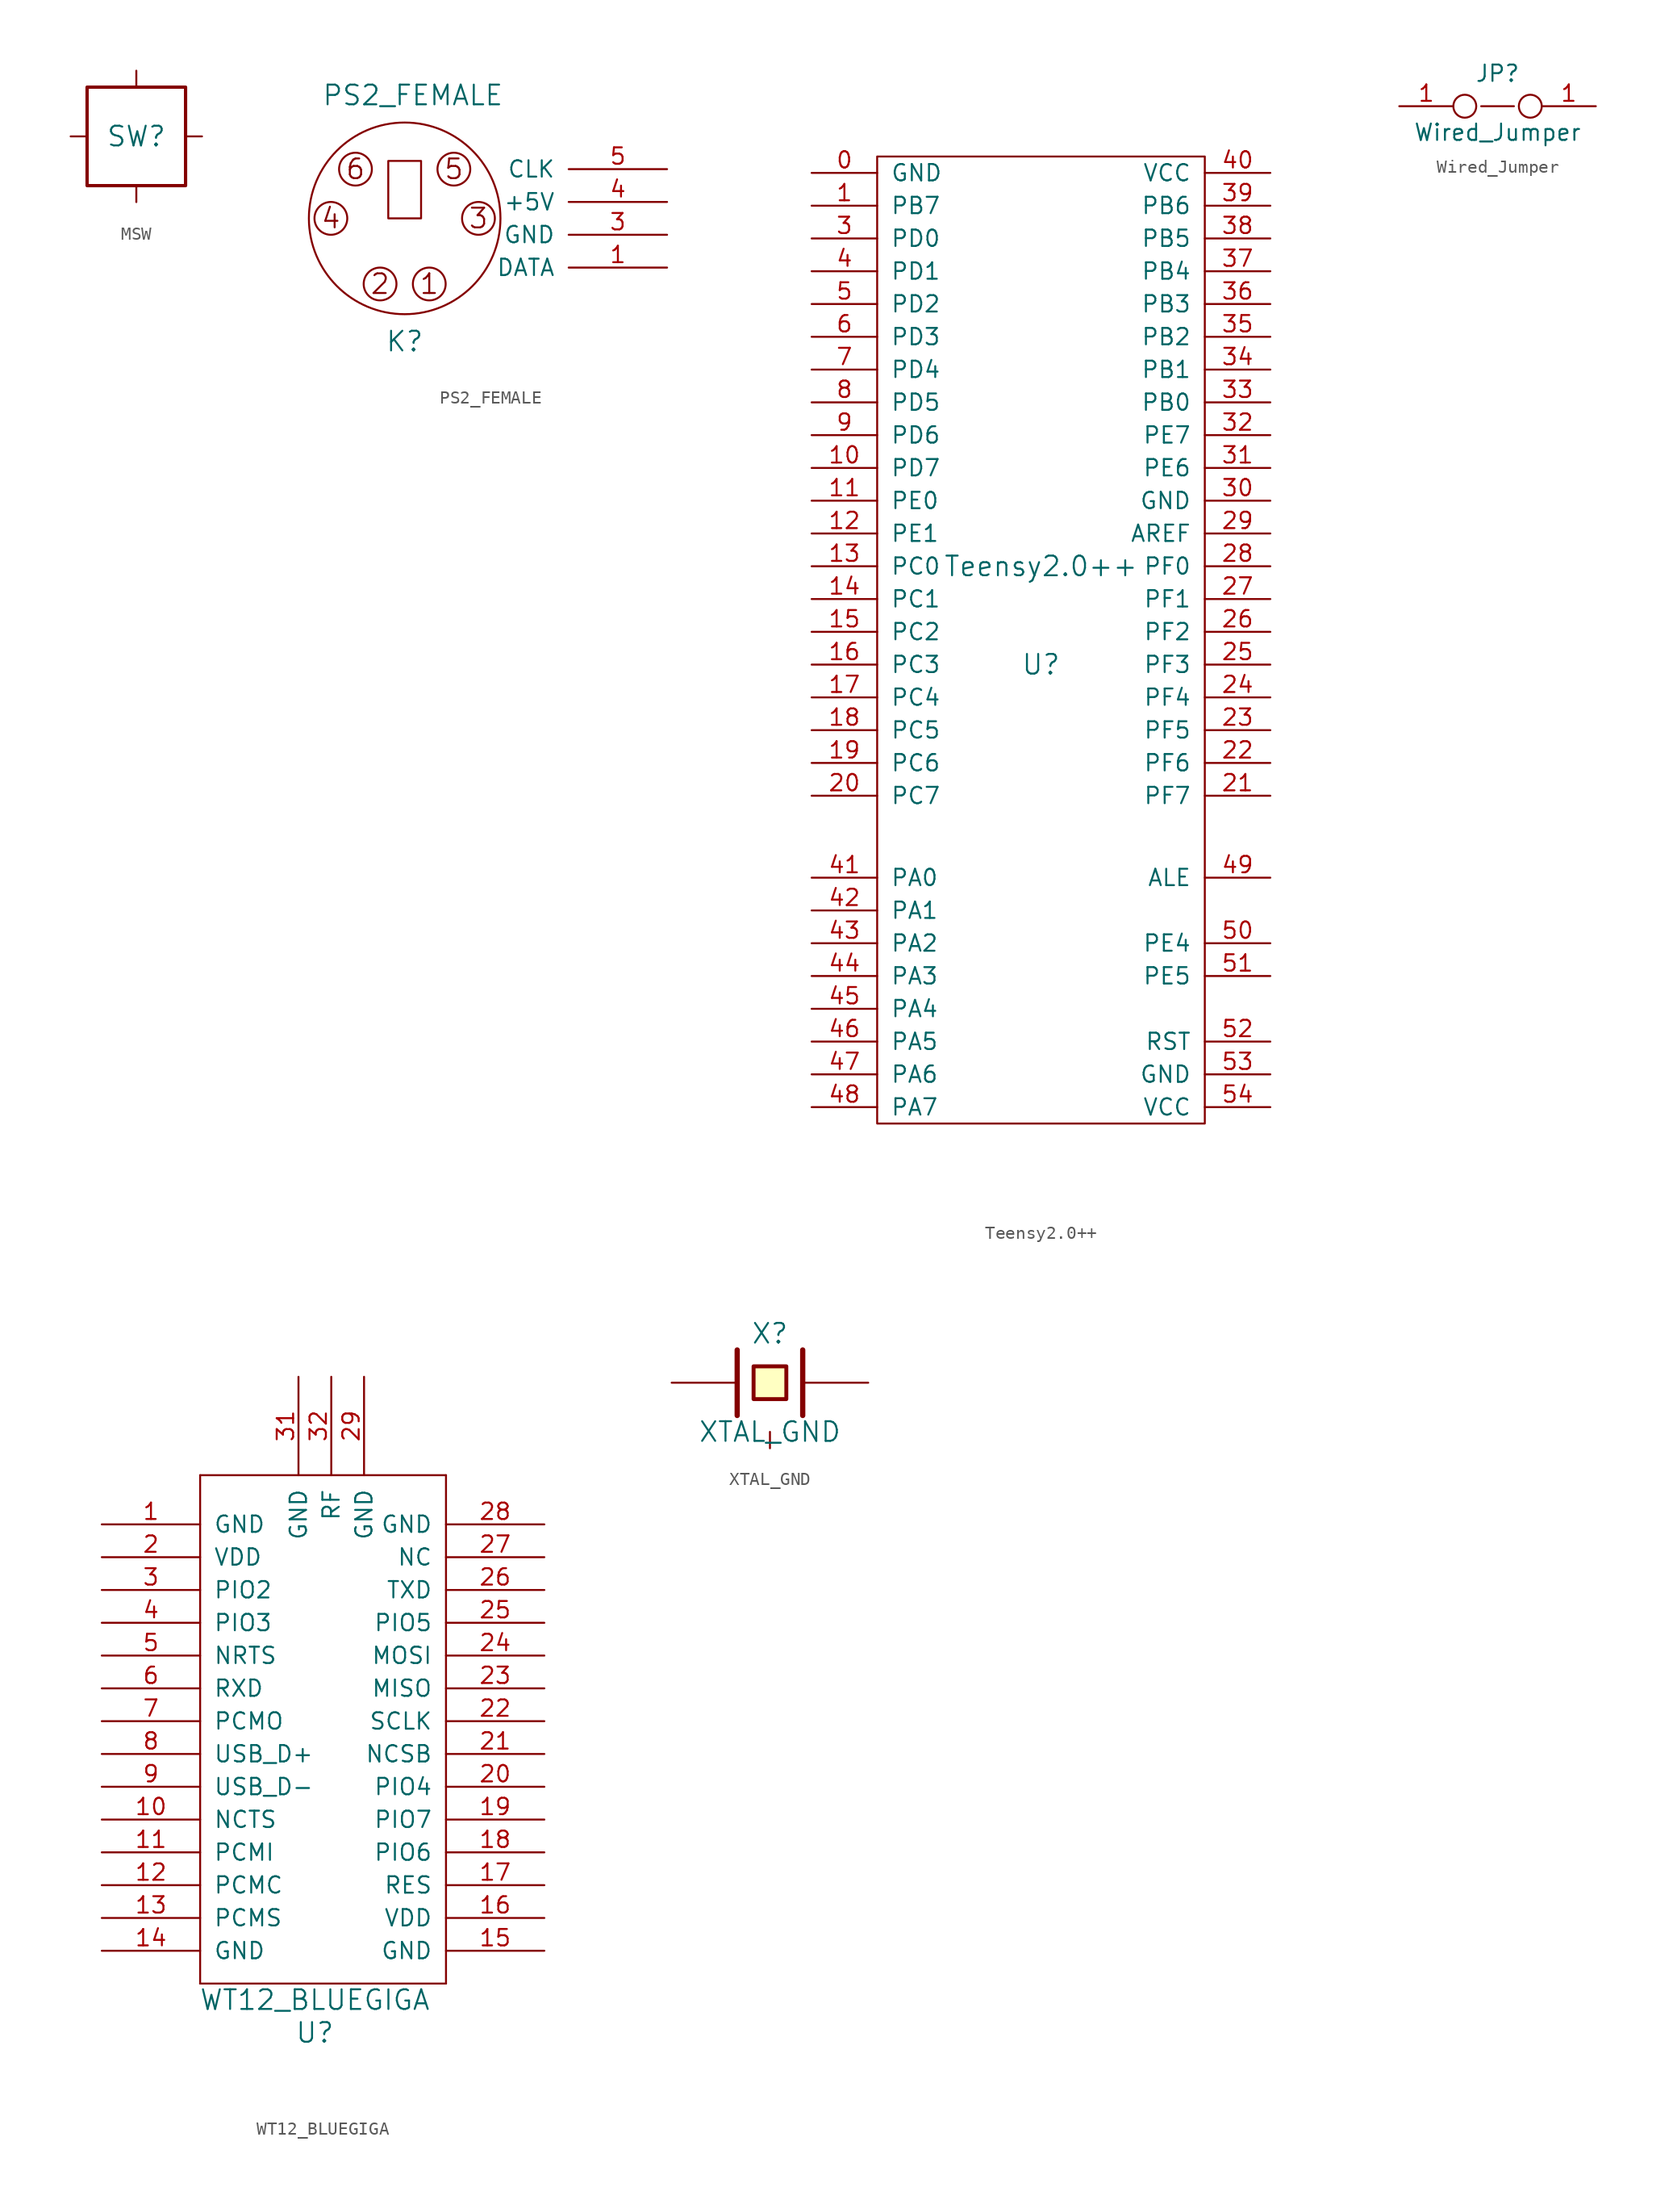
<source format=kicad_sym>
(kicad_symbol_lib
  (version 20231120)
  (generator "kicad_symbol_editor")
  (generator_version "8.0")
  (symbol "MSW"
    (pin_names
      (offset 1.016))
    (property "Reference" "SW"
      (at 0 0 0)
      (effects (font (size 1.524 1.524))))
    (property "Footprint" ""
      (at 0 0 0)
      (effects (font (size 1.524 1.524))))
    (property "Datasheet" ""
      (at 0 0 0)
      (effects (font (size 1.524 1.524))))
    (symbol "MSW_0_1"
      (rectangle (start -3.81 3.81) (end 3.81 -3.81) (stroke (width 0.254) (type solid)) (fill (type none))))
    (symbol "MSW_1_1"
      (pin passive line (at 0 5.08 270) (length 1.27) (name "1" (effects (font (size 0 0)))) (number "1" (effects (font (size 0 0)))))
      (pin passive line (at -5.08 0 0) (length 1.27) (name "2" (effects (font (size 0 0)))) (number "2" (effects (font (size 0 0)))))
      (pin passive line (at 5.08 0 180) (length 1.27) (name "2" (effects (font (size 0 0)))) (number "2" (effects (font (size 0 0)))))
      (pin passive line (at 0 -5.08 90) (length 1.27) (name "1" (effects (font (size 0 0)))) (number "~" (effects (font (size 0 0)))))))
  (symbol "PS2_FEMALE"
    (pin_names
      (offset 1.016))
    (property "Reference" "K"
      (at 0 -9.525 0)
      (effects (font (size 1.524 1.524))))
    (property "Value" "PS2_FEMALE"
      (at 0.635 9.525 0)
      (effects (font (size 1.524 1.524))))
    (property "Footprint" ""
      (at 0 0 0)
      (effects (font (size 1.524 1.524))))
    (property "Datasheet" ""
      (at 0 0 0)
      (effects (font (size 1.524 1.524))))
    (symbol "PS2_FEMALE_0_0"
      (text "1" (at 1.905 -5.08 0) (effects (font (size 1.524 1.524))))
      (text "2" (at -1.905 -5.08 0) (effects (font (size 1.524 1.524))))
      (text "3" (at 5.715 0 0) (effects (font (size 1.524 1.524))))
      (text "4" (at -5.715 0 0) (effects (font (size 1.524 1.524))))
      (text "5" (at 3.81 3.81 0) (effects (font (size 1.524 1.524))))
      (text "6" (at -3.81 3.81 0) (effects (font (size 1.524 1.524)))))
    (symbol "PS2_FEMALE_0_1"
      (circle (center -5.715 0) (radius 1.27) (stroke (width 0) (type solid)) (fill (type none)))
      (circle (center -3.81 3.81) (radius 1.27) (stroke (width 0) (type solid)) (fill (type none)))
      (circle (center -1.905 -5.08) (radius 1.27) (stroke (width 0) (type solid)) (fill (type none)))
      (rectangle (start -1.27 4.445) (end 1.27 0) (stroke (width 0) (type solid)) (fill (type none)))
      (circle (center 0 0) (radius 7.417) (stroke (width 0) (type solid)) (fill (type none)))
      (circle (center 1.905 -5.08) (radius 1.27) (stroke (width 0) (type solid)) (fill (type none)))
      (circle (center 3.81 3.81) (radius 1.27) (stroke (width 0) (type solid)) (fill (type none)))
      (circle (center 5.715 0) (radius 1.27) (stroke (width 0) (type solid)) (fill (type none))))
    (symbol "PS2_FEMALE_1_1"
      (pin input line (at 20.32 -3.81 180) (length 7.62) (name "DATA" (effects (font (size 1.27 1.27)))) (number "1" (effects (font (size 1.27 1.27)))))
      (pin input line (at 20.32 -1.27 180) (length 7.62) (name "GND" (effects (font (size 1.27 1.27)))) (number "3" (effects (font (size 1.27 1.27)))))
      (pin power_in line (at 20.32 1.27 180) (length 7.62) (name "+5V" (effects (font (size 1.27 1.27)))) (number "4" (effects (font (size 1.27 1.27)))))
      (pin input line (at 20.32 3.81 180) (length 7.62) (name "CLK" (effects (font (size 1.27 1.27)))) (number "5" (effects (font (size 1.27 1.27)))))))
  (symbol "Teensy2.0++"
    (pin_names
      (offset 1.016))
    (property "Reference" "U"
      (at 0 -2.54 0)
      (effects (font (size 1.524 1.524))))
    (property "Value" "Teensy2.0++"
      (at 0 5.08 0)
      (effects (font (size 1.524 1.524))))
    (property "Footprint" ""
      (at 0 1.27 0)
      (effects (font (size 1.524 1.524))))
    (property "Datasheet" ""
      (at 0 1.27 0)
      (effects (font (size 1.524 1.524))))
    (symbol "Teensy2.0++_0_1"
      (rectangle (start -12.7 36.83) (end 12.7 -38.1) (stroke (width 0) (type solid)) (fill (type none))))
    (symbol "Teensy2.0++_1_1"
      (pin power_in line (at -17.78 35.56 0) (length 5.08) (name "GND" (effects (font (size 1.27 1.27)))) (number "0" (effects (font (size 1.27 1.27)))))
      (pin tri_state line (at -17.78 33.02 0) (length 5.08) (name "PB7" (effects (font (size 1.27 1.27)))) (number "1" (effects (font (size 1.27 1.27)))))
      (pin tri_state line (at -17.78 12.7 0) (length 5.08) (name "PD7" (effects (font (size 1.27 1.27)))) (number "10" (effects (font (size 1.27 1.27)))))
      (pin tri_state line (at -17.78 10.16 0) (length 5.08) (name "PE0" (effects (font (size 1.27 1.27)))) (number "11" (effects (font (size 1.27 1.27)))))
      (pin tri_state line (at -17.78 7.62 0) (length 5.08) (name "PE1" (effects (font (size 1.27 1.27)))) (number "12" (effects (font (size 1.27 1.27)))))
      (pin tri_state line (at -17.78 5.08 0) (length 5.08) (name "PC0" (effects (font (size 1.27 1.27)))) (number "13" (effects (font (size 1.27 1.27)))))
      (pin tri_state line (at -17.78 2.54 0) (length 5.08) (name "PC1" (effects (font (size 1.27 1.27)))) (number "14" (effects (font (size 1.27 1.27)))))
      (pin tri_state line (at -17.78 0 0) (length 5.08) (name "PC2" (effects (font (size 1.27 1.27)))) (number "15" (effects (font (size 1.27 1.27)))))
      (pin tri_state line (at -17.78 -2.54 0) (length 5.08) (name "PC3" (effects (font (size 1.27 1.27)))) (number "16" (effects (font (size 1.27 1.27)))))
      (pin tri_state line (at -17.78 -5.08 0) (length 5.08) (name "PC4" (effects (font (size 1.27 1.27)))) (number "17" (effects (font (size 1.27 1.27)))))
      (pin tri_state line (at -17.78 -7.62 0) (length 5.08) (name "PC5" (effects (font (size 1.27 1.27)))) (number "18" (effects (font (size 1.27 1.27)))))
      (pin tri_state line (at -17.78 -10.16 0) (length 5.08) (name "PC6" (effects (font (size 1.27 1.27)))) (number "19" (effects (font (size 1.27 1.27)))))
      (pin tri_state line (at -17.78 -12.7 0) (length 5.08) (name "PC7" (effects (font (size 1.27 1.27)))) (number "20" (effects (font (size 1.27 1.27)))))
      (pin tri_state line (at 17.78 -12.7 180) (length 5.08) (name "PF7" (effects (font (size 1.27 1.27)))) (number "21" (effects (font (size 1.27 1.27)))))
      (pin tri_state line (at 17.78 -10.16 180) (length 5.08) (name "PF6" (effects (font (size 1.27 1.27)))) (number "22" (effects (font (size 1.27 1.27)))))
      (pin tri_state line (at 17.78 -7.62 180) (length 5.08) (name "PF5" (effects (font (size 1.27 1.27)))) (number "23" (effects (font (size 1.27 1.27)))))
      (pin tri_state line (at 17.78 -5.08 180) (length 5.08) (name "PF4" (effects (font (size 1.27 1.27)))) (number "24" (effects (font (size 1.27 1.27)))))
      (pin tri_state line (at 17.78 -2.54 180) (length 5.08) (name "PF3" (effects (font (size 1.27 1.27)))) (number "25" (effects (font (size 1.27 1.27)))))
      (pin tri_state line (at 17.78 0 180) (length 5.08) (name "PF2" (effects (font (size 1.27 1.27)))) (number "26" (effects (font (size 1.27 1.27)))))
      (pin tri_state line (at 17.78 2.54 180) (length 5.08) (name "PF1" (effects (font (size 1.27 1.27)))) (number "27" (effects (font (size 1.27 1.27)))))
      (pin tri_state line (at 17.78 5.08 180) (length 5.08) (name "PF0" (effects (font (size 1.27 1.27)))) (number "28" (effects (font (size 1.27 1.27)))))
      (pin input line (at 17.78 7.62 180) (length 5.08) (name "AREF" (effects (font (size 1.27 1.27)))) (number "29" (effects (font (size 1.27 1.27)))))
      (pin tri_state line (at -17.78 30.48 0) (length 5.08) (name "PD0" (effects (font (size 1.27 1.27)))) (number "3" (effects (font (size 1.27 1.27)))))
      (pin power_in line (at 17.78 10.16 180) (length 5.08) (name "GND" (effects (font (size 1.27 1.27)))) (number "30" (effects (font (size 1.27 1.27)))))
      (pin power_in line (at 17.78 12.7 180) (length 5.08) (name "PE6" (effects (font (size 1.27 1.27)))) (number "31" (effects (font (size 1.27 1.27)))))
      (pin power_in line (at 17.78 15.24 180) (length 5.08) (name "PE7" (effects (font (size 1.27 1.27)))) (number "32" (effects (font (size 1.27 1.27)))))
      (pin tri_state line (at 17.78 17.78 180) (length 5.08) (name "PB0" (effects (font (size 1.27 1.27)))) (number "33" (effects (font (size 1.27 1.27)))))
      (pin tri_state line (at 17.78 20.32 180) (length 5.08) (name "PB1" (effects (font (size 1.27 1.27)))) (number "34" (effects (font (size 1.27 1.27)))))
      (pin tri_state line (at 17.78 22.86 180) (length 5.08) (name "PB2" (effects (font (size 1.27 1.27)))) (number "35" (effects (font (size 1.27 1.27)))))
      (pin tri_state line (at 17.78 25.4 180) (length 5.08) (name "PB3" (effects (font (size 1.27 1.27)))) (number "36" (effects (font (size 1.27 1.27)))))
      (pin tri_state line (at 17.78 27.94 180) (length 5.08) (name "PB4" (effects (font (size 1.27 1.27)))) (number "37" (effects (font (size 1.27 1.27)))))
      (pin tri_state line (at 17.78 30.48 180) (length 5.08) (name "PB5" (effects (font (size 1.27 1.27)))) (number "38" (effects (font (size 1.27 1.27)))))
      (pin tri_state line (at 17.78 33.02 180) (length 5.08) (name "PB6" (effects (font (size 1.27 1.27)))) (number "39" (effects (font (size 1.27 1.27)))))
      (pin tri_state line (at -17.78 27.94 0) (length 5.08) (name "PD1" (effects (font (size 1.27 1.27)))) (number "4" (effects (font (size 1.27 1.27)))))
      (pin power_in line (at 17.78 35.56 180) (length 5.08) (name "VCC" (effects (font (size 1.27 1.27)))) (number "40" (effects (font (size 1.27 1.27)))))
      (pin tri_state line (at -17.78 -19.05 0) (length 5.08) (name "PA0" (effects (font (size 1.27 1.27)))) (number "41" (effects (font (size 1.27 1.27)))))
      (pin tri_state line (at -17.78 -21.59 0) (length 5.08) (name "PA1" (effects (font (size 1.27 1.27)))) (number "42" (effects (font (size 1.27 1.27)))))
      (pin tri_state line (at -17.78 -24.13 0) (length 5.08) (name "PA2" (effects (font (size 1.27 1.27)))) (number "43" (effects (font (size 1.27 1.27)))))
      (pin tri_state line (at -17.78 -26.67 0) (length 5.08) (name "PA3" (effects (font (size 1.27 1.27)))) (number "44" (effects (font (size 1.27 1.27)))))
      (pin tri_state line (at -17.78 -29.21 0) (length 5.08) (name "PA4" (effects (font (size 1.27 1.27)))) (number "45" (effects (font (size 1.27 1.27)))))
      (pin tri_state line (at -17.78 -31.75 0) (length 5.08) (name "PA5" (effects (font (size 1.27 1.27)))) (number "46" (effects (font (size 1.27 1.27)))))
      (pin tri_state line (at -17.78 -34.29 0) (length 5.08) (name "PA6" (effects (font (size 1.27 1.27)))) (number "47" (effects (font (size 1.27 1.27)))))
      (pin tri_state line (at -17.78 -36.83 0) (length 5.08) (name "PA7" (effects (font (size 1.27 1.27)))) (number "48" (effects (font (size 1.27 1.27)))))
      (pin input line (at 17.78 -19.05 180) (length 5.08) (name "ALE" (effects (font (size 1.27 1.27)))) (number "49" (effects (font (size 1.27 1.27)))))
      (pin tri_state line (at -17.78 25.4 0) (length 5.08) (name "PD2" (effects (font (size 1.27 1.27)))) (number "5" (effects (font (size 1.27 1.27)))))
      (pin tri_state line (at 17.78 -24.13 180) (length 5.08) (name "PE4" (effects (font (size 1.27 1.27)))) (number "50" (effects (font (size 1.27 1.27)))))
      (pin tri_state line (at 17.78 -26.67 180) (length 5.08) (name "PE5" (effects (font (size 1.27 1.27)))) (number "51" (effects (font (size 1.27 1.27)))))
      (pin input line (at 17.78 -31.75 180) (length 5.08) (name "RST" (effects (font (size 1.27 1.27)))) (number "52" (effects (font (size 1.27 1.27)))))
      (pin power_in line (at 17.78 -34.29 180) (length 5.08) (name "GND" (effects (font (size 1.27 1.27)))) (number "53" (effects (font (size 1.27 1.27)))))
      (pin power_in line (at 17.78 -36.83 180) (length 5.08) (name "VCC" (effects (font (size 1.27 1.27)))) (number "54" (effects (font (size 1.27 1.27)))))
      (pin tri_state line (at -17.78 22.86 0) (length 5.08) (name "PD3" (effects (font (size 1.27 1.27)))) (number "6" (effects (font (size 1.27 1.27)))))
      (pin tri_state line (at -17.78 20.32 0) (length 5.08) (name "PD4" (effects (font (size 1.27 1.27)))) (number "7" (effects (font (size 1.27 1.27)))))
      (pin tri_state line (at -17.78 17.78 0) (length 5.08) (name "PD5" (effects (font (size 1.27 1.27)))) (number "8" (effects (font (size 1.27 1.27)))))
      (pin tri_state line (at -17.78 15.24 0) (length 5.08) (name "PD6" (effects (font (size 1.27 1.27)))) (number "9" (effects (font (size 1.27 1.27)))))))
  (symbol "Wired_Jumper"
    (pin_names
      (offset 0.762) hide)
    (property "Reference" "JP"
      (at 0 2.54 0)
      (effects (font (size 1.27 1.27))))
    (property "Value" "Wired_Jumper"
      (at 0 -2.032 0)
      (effects (font (size 1.27 1.27))))
    (symbol "Wired_Jumper_0_1"
      (circle (center -2.54 0) (radius 0.889) (stroke (width 0) (type solid)) (fill (type none)))
      (polyline (pts (xy -1.27 0) (xy 1.27 0)) (stroke (width 0) (type solid)) (fill (type none)))
      (circle (center 2.54 0) (radius 0.889) (stroke (width 0) (type solid)) (fill (type none)))
      (pin passive line (at -7.62 0 0) (length 4.191) (name "1" (effects (font (size 1.27 1.27)))) (number "1" (effects (font (size 1.27 1.27)))))
      (pin passive line (at 7.62 0 180) (length 4.191) (name "1" (effects (font (size 1.27 1.27)))) (number "1" (effects (font (size 1.27 1.27)))))))
  (symbol "WT12_BLUEGIGA"
    (pin_names
      (offset 1.016))
    (property "Reference" "U"
      (at 8.89 -43.18 0)
      (effects (font (size 1.524 1.524))))
    (property "Value" "WT12_BLUEGIGA"
      (at 8.89 -40.64 0)
      (effects (font (size 1.524 1.524))))
    (property "Footprint" ""
      (at 0 0 0)
      (effects (font (size 1.524 1.524))))
    (property "Datasheet" ""
      (at 0 0 0)
      (effects (font (size 1.524 1.524))))
    (symbol "WT12_BLUEGIGA_0_1"
      (rectangle (start 0 -39.37) (end 0 0) (stroke (width 0) (type solid)) (fill (type none)))
      (rectangle (start 0 0) (end 19.05 0) (stroke (width 0) (type solid)) (fill (type none)))
      (rectangle (start 19.05 -39.37) (end 0 -39.37) (stroke (width 0) (type solid)) (fill (type none)))
      (rectangle (start 19.05 0) (end 19.05 -39.37) (stroke (width 0) (type solid)) (fill (type none))))
    (symbol "WT12_BLUEGIGA_1_1"
      (pin input line (at -7.62 -3.81 0) (length 7.62) (name "GND" (effects (font (size 1.27 1.27)))) (number "1" (effects (font (size 1.27 1.27)))))
      (pin input line (at -7.62 -26.67 0) (length 7.62) (name "NCTS" (effects (font (size 1.27 1.27)))) (number "10" (effects (font (size 1.27 1.27)))))
      (pin input line (at -7.62 -29.21 0) (length 7.62) (name "PCMI" (effects (font (size 1.27 1.27)))) (number "11" (effects (font (size 1.27 1.27)))))
      (pin input line (at -7.62 -31.75 0) (length 7.62) (name "PCMC" (effects (font (size 1.27 1.27)))) (number "12" (effects (font (size 1.27 1.27)))))
      (pin input line (at -7.62 -34.29 0) (length 7.62) (name "PCMS" (effects (font (size 1.27 1.27)))) (number "13" (effects (font (size 1.27 1.27)))))
      (pin input line (at -7.62 -36.83 0) (length 7.62) (name "GND" (effects (font (size 1.27 1.27)))) (number "14" (effects (font (size 1.27 1.27)))))
      (pin input line (at 26.67 -36.83 180) (length 7.62) (name "GND" (effects (font (size 1.27 1.27)))) (number "15" (effects (font (size 1.27 1.27)))))
      (pin power_in line (at 26.67 -34.29 180) (length 7.62) (name "VDD" (effects (font (size 1.27 1.27)))) (number "16" (effects (font (size 1.27 1.27)))))
      (pin input line (at 26.67 -31.75 180) (length 7.62) (name "RES" (effects (font (size 1.27 1.27)))) (number "17" (effects (font (size 1.27 1.27)))))
      (pin input line (at 26.67 -29.21 180) (length 7.62) (name "PIO6" (effects (font (size 1.27 1.27)))) (number "18" (effects (font (size 1.27 1.27)))))
      (pin input line (at 26.67 -26.67 180) (length 7.62) (name "PIO7" (effects (font (size 1.27 1.27)))) (number "19" (effects (font (size 1.27 1.27)))))
      (pin power_in line (at -7.62 -6.35 0) (length 7.62) (name "VDD" (effects (font (size 1.27 1.27)))) (number "2" (effects (font (size 1.27 1.27)))))
      (pin input line (at 26.67 -24.13 180) (length 7.62) (name "PIO4" (effects (font (size 1.27 1.27)))) (number "20" (effects (font (size 1.27 1.27)))))
      (pin input line (at 26.67 -21.59 180) (length 7.62) (name "NCSB" (effects (font (size 1.27 1.27)))) (number "21" (effects (font (size 1.27 1.27)))))
      (pin input line (at 26.67 -19.05 180) (length 7.62) (name "SCLK" (effects (font (size 1.27 1.27)))) (number "22" (effects (font (size 1.27 1.27)))))
      (pin input line (at 26.67 -16.51 180) (length 7.62) (name "MISO" (effects (font (size 1.27 1.27)))) (number "23" (effects (font (size 1.27 1.27)))))
      (pin input line (at 26.67 -13.97 180) (length 7.62) (name "MOSI" (effects (font (size 1.27 1.27)))) (number "24" (effects (font (size 1.27 1.27)))))
      (pin input line (at 26.67 -11.43 180) (length 7.62) (name "PIO5" (effects (font (size 1.27 1.27)))) (number "25" (effects (font (size 1.27 1.27)))))
      (pin input line (at 26.67 -8.89 180) (length 7.62) (name "TXD" (effects (font (size 1.27 1.27)))) (number "26" (effects (font (size 1.27 1.27)))))
      (pin input line (at 26.67 -6.35 180) (length 7.62) (name "NC" (effects (font (size 1.27 1.27)))) (number "27" (effects (font (size 1.27 1.27)))))
      (pin input line (at 26.67 -3.81 180) (length 7.62) (name "GND" (effects (font (size 1.27 1.27)))) (number "28" (effects (font (size 1.27 1.27)))))
      (pin input line (at 12.7 7.62 270) (length 7.62) (name "GND" (effects (font (size 1.27 1.27)))) (number "29" (effects (font (size 1.27 1.27)))))
      (pin input line (at -7.62 -8.89 0) (length 7.62) (name "PIO2" (effects (font (size 1.27 1.27)))) (number "3" (effects (font (size 1.27 1.27)))))
      (pin input line (at 7.62 7.62 270) (length 7.62) (name "GND" (effects (font (size 1.27 1.27)))) (number "31" (effects (font (size 1.27 1.27)))))
      (pin input line (at 10.16 7.62 270) (length 7.62) (name "RF" (effects (font (size 1.27 1.27)))) (number "32" (effects (font (size 1.27 1.27)))))
      (pin input line (at -7.62 -11.43 0) (length 7.62) (name "PIO3" (effects (font (size 1.27 1.27)))) (number "4" (effects (font (size 1.27 1.27)))))
      (pin input line (at -7.62 -13.97 0) (length 7.62) (name "NRTS" (effects (font (size 1.27 1.27)))) (number "5" (effects (font (size 1.27 1.27)))))
      (pin input line (at -7.62 -16.51 0) (length 7.62) (name "RXD" (effects (font (size 1.27 1.27)))) (number "6" (effects (font (size 1.27 1.27)))))
      (pin input line (at -7.62 -19.05 0) (length 7.62) (name "PCMO" (effects (font (size 1.27 1.27)))) (number "7" (effects (font (size 1.27 1.27)))))
      (pin input line (at -7.62 -21.59 0) (length 7.62) (name "USB_D+" (effects (font (size 1.27 1.27)))) (number "8" (effects (font (size 1.27 1.27)))))
      (pin input line (at -7.62 -24.13 0) (length 7.62) (name "USB_D-" (effects (font (size 1.27 1.27)))) (number "9" (effects (font (size 1.27 1.27)))))))
  (symbol "XTAL_GND"
    (pin_numbers hide)
    (pin_names
      (offset 1.016) hide)
    (property "Reference" "X"
      (at 0 3.81 0)
      (effects (font (size 1.524 1.524))))
    (property "Value" "XTAL_GND"
      (at 0 -3.81 0)
      (effects (font (size 1.524 1.524))))
    (property "Footprint" ""
      (at 0 0 0)
      (effects (font (size 1.524 1.524))))
    (property "Datasheet" ""
      (at 0 0 0)
      (effects (font (size 1.524 1.524))))
    (symbol "XTAL_GND_0_1"
      (polyline (pts (xy -2.54 2.54) (xy -2.54 -2.54)) (stroke (width 0.406) (type solid)) (fill (type none)))
      (polyline (pts (xy 2.54 2.54) (xy 2.54 -2.54)) (stroke (width 0.406) (type solid)) (fill (type none)))
      (polyline (pts (xy -1.27 1.27) (xy 1.27 1.27) (xy 1.27 -1.27) (xy -1.27 -1.27) (xy -1.27 1.27)) (stroke (width 0.305) (type solid)) (fill (type background))))
    (symbol "XTAL_GND_1_1"
      (pin passive line (at -7.62 0 0) (length 5.08) (name "1" (effects (font (size 1.016 1.016)))) (number "1" (effects (font (size 1.016 1.016)))))
      (pin passive line (at 7.62 0 180) (length 5.08) (name "2" (effects (font (size 1.016 1.016)))) (number "2" (effects (font (size 1.016 1.016)))))
      (pin passive line (at 0 -5.08 90) (length 1.27) (name "~" (effects (font (size 1.27 1.27)))) (number "3" (effects (font (size 1.27 1.27))))))))
</source>
